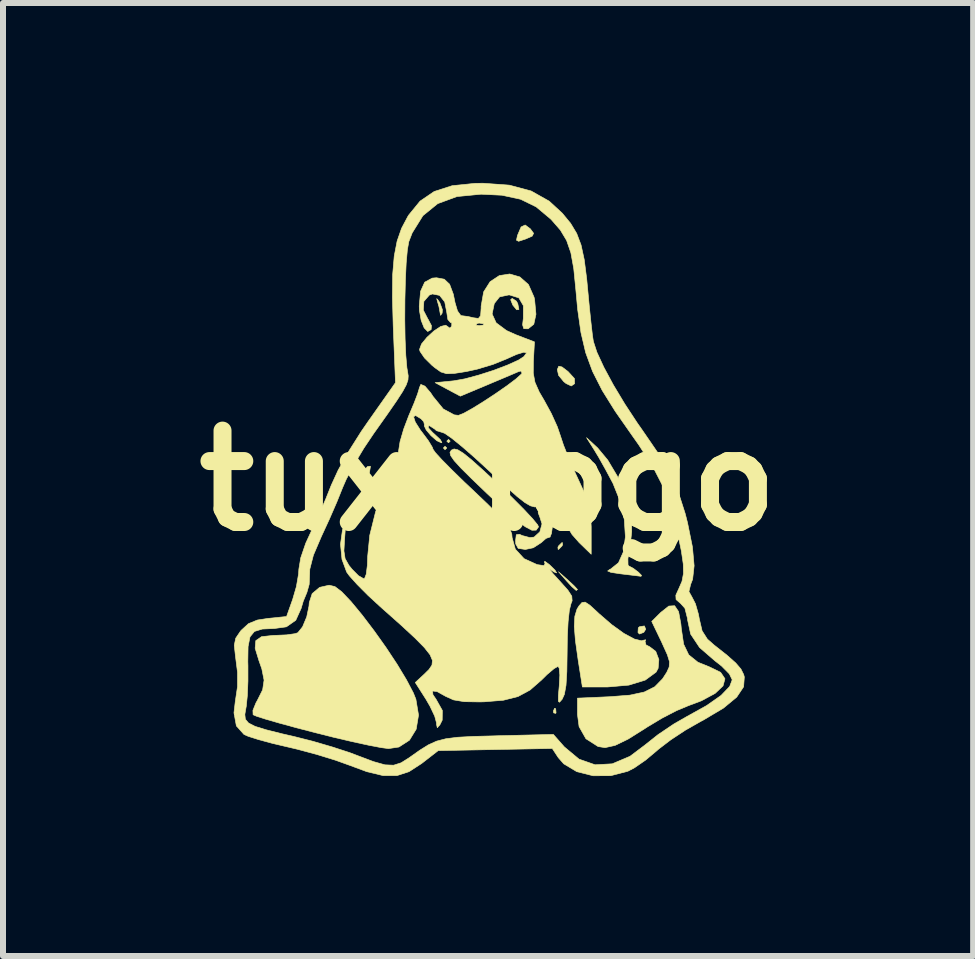
<source format=kicad_pcb>
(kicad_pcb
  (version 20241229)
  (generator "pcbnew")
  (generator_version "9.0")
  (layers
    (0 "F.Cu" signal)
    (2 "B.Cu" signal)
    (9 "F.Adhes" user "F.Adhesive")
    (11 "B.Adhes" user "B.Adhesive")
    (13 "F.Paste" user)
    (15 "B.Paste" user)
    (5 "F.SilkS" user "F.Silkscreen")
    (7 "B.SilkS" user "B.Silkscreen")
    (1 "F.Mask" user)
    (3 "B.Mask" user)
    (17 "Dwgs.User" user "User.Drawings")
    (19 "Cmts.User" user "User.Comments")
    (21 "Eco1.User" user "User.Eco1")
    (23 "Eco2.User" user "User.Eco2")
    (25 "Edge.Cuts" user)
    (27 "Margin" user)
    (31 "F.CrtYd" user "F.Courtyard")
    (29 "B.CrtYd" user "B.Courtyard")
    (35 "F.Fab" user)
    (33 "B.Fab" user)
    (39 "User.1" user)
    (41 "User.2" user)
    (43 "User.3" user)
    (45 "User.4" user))
  (footprint "tux_logo"
    (layer "F.Cu")
    (at 5.087 4.964)
    (property "Reference" "tux_logo" (at 0 0 0) (layer "F.SilkS") (effects (font (size 1.524 1.524) (thickness 0.3))))
    (attr through_hole)
    (fp_poly (pts (xy -0.688 -0.545) (xy -0.717 -0.516) (xy -0.745 -0.545) (xy -0.717 -0.573) (xy -0.688 -0.545)) (stroke (width 0.01) (type solid)) (fill yes) (layer "F.SilkS"))
    (fp_poly (pts (xy -0.631 -0.659) (xy -0.659 -0.631) (xy -0.688 -0.659) (xy -0.659 -0.688) (xy -0.631 -0.659)) (stroke (width 0.01) (type solid)) (fill yes) (layer "F.SilkS"))
    (fp_poly (pts (xy 1.128 3.803) (xy 1.134 3.871) (xy 1.128 3.88) (xy 1.094 3.872) (xy 1.089 3.842) (xy 1.11 3.794) (xy 1.128 3.803)) (stroke (width 0.01) (type solid)) (fill yes) (layer "F.SilkS"))
    (fp_poly (pts (xy 0.473 -2.993) (xy 0.496 -2.95) (xy 0.515 -2.854) (xy 0.477 -2.849) (xy 0.413 -2.927) (xy 0.377 -3.017) (xy 0.403 -3.039) (xy 0.473 -2.993)) (stroke (width 0.01) (type solid)) (fill yes) (layer "F.SilkS"))
    (fp_poly (pts (xy 2.629 2.477) (xy 2.597 2.529) (xy 2.525 2.557) (xy 2.5 2.532) (xy 2.505 2.454) (xy 2.526 2.435) (xy 2.607 2.422) (xy 2.629 2.477)) (stroke (width 0.01) (type solid)) (fill yes) (layer "F.SilkS"))
    (fp_poly (pts (xy 1.243 1.069) (xy 1.233 1.089) (xy 1.179 1.144) (xy 1.169 1.147) (xy 1.165 1.11) (xy 1.175 1.089) (xy 1.229 1.035) (xy 1.239 1.032) (xy 1.243 1.069)) (stroke (width 0.01) (type solid)) (fill yes) (layer "F.SilkS"))
    (fp_poly (pts (xy 1.333 1.658) (xy 1.436 1.754) (xy 1.489 1.812) (xy 1.491 1.816) (xy 1.47 1.831) (xy 1.399 1.769) (xy 1.314 1.677) (xy 1.175 1.519) (xy 1.333 1.658)) (stroke (width 0.01) (type solid)) (fill yes) (layer "F.SilkS"))
    (fp_poly (pts (xy -1.961 -0.235) (xy -1.977 -0.138) (xy -2.049 -0.04) (xy -2.13 0) (xy -2.138 -0.041) (xy -2.09 -0.139) (xy -2.082 -0.151) (xy -2.01 -0.235) (xy -1.963 -0.241) (xy -1.961 -0.235)) (stroke (width 0.01) (type solid)) (fill yes) (layer "F.SilkS"))
    (fp_poly (pts (xy -0.832 -3.009) (xy -0.803 -2.965) (xy -0.761 -2.851) (xy -0.765 -2.793) (xy -0.791 -2.756) (xy -0.798 -2.79) (xy -0.818 -2.9) (xy -0.836 -2.962) (xy -0.856 -3.035) (xy -0.832 -3.009)) (stroke (width 0.01) (type solid)) (fill yes) (layer "F.SilkS"))
    (fp_poly (pts (xy 0.705 -4.199) (xy 0.76 -4.124) (xy 0.736 -4.077) (xy 0.626 -4.029) (xy 0.51 -3.991) (xy 0.474 -4.009) (xy 0.491 -4.089) (xy 0.551 -4.23) (xy 0.619 -4.263) (xy 0.705 -4.199)) (stroke (width 0.01) (type solid)) (fill yes) (layer "F.SilkS"))
    (fp_poly (pts (xy 1.233 -1.896) (xy 1.333 -1.82) (xy 1.441 -1.702) (xy 1.443 -1.617) (xy 1.388 -1.579) (xy 1.301 -1.62) (xy 1.264 -1.649) (xy 1.176 -1.756) (xy 1.155 -1.852) (xy 1.179 -1.908) (xy 1.233 -1.896)) (stroke (width 0.01) (type solid)) (fill yes) (layer "F.SilkS"))
    (fp_poly (pts (xy 1.068 0.557) (xy 1.077 0.732) (xy 1.076 0.744) (xy 1.058 0.878) (xy 1.033 0.942) (xy 1.025 0.942) (xy 0.966 0.963) (xy 0.887 1.033) (xy 0.754 1.119) (xy 0.622 1.147) (xy 0.503 1.129) (xy 0.462 1.056) (xy 0.459 1.001) (xy 0.471 0.901) (xy 0.524 0.894) (xy 0.569 0.915) (xy 0.697 0.949) (xy 0.768 0.941) (xy 0.864 0.853) (xy 0.9 0.721) (xy 0.863 0.606) (xy 0.835 0.533) (xy 0.892 0.494) (xy 1.008 0.481) (xy 1.068 0.557)) (stroke (width 0.01) (type solid)) (fill yes) (layer "F.SilkS"))
    (fp_poly (pts (xy -0.505 -0.515) (xy -0.414 -0.459) (xy -0.28 -0.351) (xy -0.09 -0.181) (xy 0.169 0.059) (xy 0.172 0.062) (xy 0.401 0.281) (xy 0.596 0.477) (xy 0.742 0.633) (xy 0.827 0.737) (xy 0.842 0.77) (xy 0.803 0.825) (xy 0.732 0.827) (xy 0.62 0.768) (xy 0.456 0.644) (xy 0.233 0.447) (xy -0.02 0.211) (xy -0.273 -0.032) (xy -0.451 -0.209) (xy -0.564 -0.333) (xy -0.622 -0.416) (xy -0.635 -0.47) (xy -0.613 -0.507) (xy -0.609 -0.51) (xy -0.566 -0.529) (xy -0.505 -0.515)) (stroke (width 0.01) (type solid)) (fill yes) (layer "F.SilkS"))
    (fp_poly (pts (xy 1.699 2.078) (xy 1.833 2.201) (xy 1.845 2.213) (xy 2.06 2.399) (xy 2.264 2.546) (xy 2.438 2.64) (xy 2.56 2.67) (xy 2.588 2.661) (xy 2.629 2.653) (xy 2.618 2.679) (xy 2.634 2.739) (xy 2.693 2.768) (xy 2.796 2.846) (xy 2.848 2.983) (xy 2.836 3.129) (xy 2.802 3.192) (xy 2.621 3.325) (xy 2.347 3.409) (xy 1.99 3.44) (xy 1.964 3.44) (xy 1.573 3.44) (xy 1.503 2.995) (xy 1.457 2.667) (xy 1.438 2.429) (xy 1.447 2.261) (xy 1.483 2.142) (xy 1.516 2.089) (xy 1.566 2.032) (xy 1.619 2.025) (xy 1.699 2.078)) (stroke (width 0.01) (type solid)) (fill yes) (layer "F.SilkS"))
    (fp_poly (pts (xy 1.828 -0.545) (xy 1.996 -0.343) (xy 2.158 -0.071) (xy 2.292 0.229) (xy 2.377 0.512) (xy 2.393 0.618) (xy 2.395 0.852) (xy 2.369 1.094) (xy 2.358 1.147) (xy 2.332 1.302) (xy 2.334 1.403) (xy 2.345 1.421) (xy 2.425 1.464) (xy 2.507 1.526) (xy 2.559 1.579) (xy 2.551 1.595) (xy 2.465 1.584) (xy 2.308 1.565) (xy 2.207 1.553) (xy 2.049 1.529) (xy 1.994 1.506) (xy 2.031 1.479) (xy 2.044 1.474) (xy 2.175 1.369) (xy 2.258 1.183) (xy 2.29 0.936) (xy 2.272 0.65) (xy 2.204 0.347) (xy 2.084 0.047) (xy 2.074 0.028) (xy 1.959 -0.187) (xy 1.844 -0.392) (xy 1.769 -0.516) (xy 1.642 -0.717) (xy 1.828 -0.545)) (stroke (width 0.01) (type solid)) (fill yes) (layer "F.SilkS"))
    (fp_poly (pts (xy 3.177 2.183) (xy 3.215 2.388) (xy 3.222 2.463) (xy 3.261 2.726) (xy 3.346 2.904) (xy 3.499 3.027) (xy 3.698 3.108) (xy 3.878 3.196) (xy 3.95 3.303) (xy 3.918 3.422) (xy 3.786 3.547) (xy 3.558 3.67) (xy 3.337 3.753) (xy 3.141 3.835) (xy 2.9 3.96) (xy 2.66 4.104) (xy 2.62 4.13) (xy 2.335 4.309) (xy 2.118 4.414) (xy 1.951 4.451) (xy 1.835 4.433) (xy 1.632 4.303) (xy 1.518 4.101) (xy 1.491 3.896) (xy 1.491 3.626) (xy 2.035 3.602) (xy 2.365 3.576) (xy 2.605 3.524) (xy 2.779 3.437) (xy 2.91 3.303) (xy 2.98 3.195) (xy 3.02 3.107) (xy 3.026 3.02) (xy 2.99 2.903) (xy 2.907 2.72) (xy 2.897 2.697) (xy 2.729 2.347) (xy 2.879 2.198) (xy 3.014 2.091) (xy 3.111 2.085) (xy 3.177 2.183)) (stroke (width 0.01) (type solid)) (fill yes) (layer "F.SilkS"))
    (fp_poly (pts (xy -2.553 1.766) (xy -2.44 1.852) (xy -2.284 2.016) (xy -2.099 2.24) (xy -1.9 2.502) (xy -1.7 2.783) (xy -1.515 3.063) (xy -1.359 3.322) (xy -1.245 3.539) (xy -1.203 3.644) (xy -1.159 3.909) (xy -1.198 4.144) (xy -1.311 4.328) (xy -1.486 4.441) (xy -1.659 4.467) (xy -1.781 4.451) (xy -1.99 4.411) (xy -2.266 4.351) (xy -2.585 4.276) (xy -2.867 4.205) (xy -3.191 4.121) (xy -3.477 4.043) (xy -3.706 3.977) (xy -3.859 3.928) (xy -3.917 3.903) (xy -3.92 3.83) (xy -3.869 3.704) (xy -3.846 3.663) (xy -3.758 3.487) (xy -3.734 3.326) (xy -3.772 3.136) (xy -3.82 3) (xy -3.883 2.794) (xy -3.872 2.667) (xy -3.776 2.601) (xy -3.583 2.58) (xy -3.542 2.579) (xy -3.358 2.571) (xy -3.217 2.551) (xy -3.171 2.535) (xy -3.092 2.436) (xy -3.023 2.271) (xy -2.985 2.09) (xy -2.981 2.033) (xy -2.932 1.883) (xy -2.808 1.779) (xy -2.65 1.743) (xy -2.553 1.766)) (stroke (width 0.01) (type solid)) (fill yes) (layer "F.SilkS"))
    (fp_poly (pts (xy 0.356 -4.927) (xy 0.718 -4.83) (xy 1.02 -4.66) (xy 1.238 -4.459) (xy 1.377 -4.29) (xy 1.478 -4.122) (xy 1.551 -3.929) (xy 1.604 -3.684) (xy 1.645 -3.363) (xy 1.663 -3.173) (xy 1.69 -2.888) (xy 1.717 -2.63) (xy 1.74 -2.429) (xy 1.756 -2.322) (xy 1.815 -2.141) (xy 1.93 -1.892) (xy 2.089 -1.597) (xy 2.28 -1.279) (xy 2.489 -0.961) (xy 2.574 -0.84) (xy 2.836 -0.458) (xy 3.031 -0.122) (xy 3.176 0.203) (xy 3.287 0.549) (xy 3.326 0.702) (xy 3.408 1.107) (xy 3.436 1.419) (xy 3.411 1.644) (xy 3.378 1.729) (xy 3.349 1.849) (xy 3.4 1.94) (xy 3.458 2.053) (xy 3.508 2.227) (xy 3.523 2.308) (xy 3.569 2.504) (xy 3.657 2.642) (xy 3.766 2.738) (xy 3.986 2.912) (xy 4.13 3.04) (xy 4.216 3.14) (xy 4.262 3.232) (xy 4.273 3.273) (xy 4.261 3.437) (xy 4.146 3.609) (xy 3.925 3.792) (xy 3.594 3.989) (xy 3.543 4.016) (xy 3.292 4.159) (xy 3.045 4.322) (xy 2.846 4.474) (xy 2.806 4.509) (xy 2.627 4.659) (xy 2.443 4.786) (xy 2.333 4.844) (xy 2.046 4.919) (xy 1.751 4.92) (xy 1.48 4.852) (xy 1.262 4.721) (xy 1.171 4.617) (xy 1.071 4.465) (xy 0.12 4.483) (xy -0.831 4.501) (xy -1.108 4.716) (xy -1.316 4.851) (xy -1.52 4.918) (xy -1.747 4.918) (xy -2.021 4.852) (xy -2.293 4.751) (xy -2.543 4.661) (xy -2.855 4.565) (xy -3.179 4.478) (xy -3.336 4.441) (xy -3.599 4.379) (xy -3.83 4.316) (xy -4 4.262) (xy -4.069 4.231) (xy -4.196 4.089) (xy -4.231 3.898) (xy -4.055 3.898) (xy -4.046 3.978) (xy -3.993 4.041) (xy -3.883 4.097) (xy -3.698 4.154) (xy -3.426 4.222) (xy -3.234 4.266) (xy -2.922 4.345) (xy -2.597 4.44) (xy -2.308 4.534) (xy -2.179 4.583) (xy -1.911 4.684) (xy -1.719 4.738) (xy -1.574 4.744) (xy -1.449 4.704) (xy -1.314 4.619) (xy -1.313 4.618) (xy -1.139 4.495) (xy -0.995 4.405) (xy -0.858 4.343) (xy -0.703 4.303) (xy -0.507 4.278) (xy -0.246 4.264) (xy 0.102 4.255) (xy 0.157 4.253) (xy 1.089 4.231) (xy 1.272 4.439) (xy 1.517 4.643) (xy 1.785 4.737) (xy 2.071 4.721) (xy 2.368 4.595) (xy 2.616 4.408) (xy 2.835 4.234) (xy 3.098 4.057) (xy 3.316 3.932) (xy 3.644 3.75) (xy 3.885 3.581) (xy 4.029 3.431) (xy 4.071 3.32) (xy 4.023 3.221) (xy 3.893 3.09) (xy 3.782 3.003) (xy 3.527 2.782) (xy 3.378 2.558) (xy 3.326 2.317) (xy 3.326 2.3) (xy 3.282 2.127) (xy 3.21 2.047) (xy 3.135 1.982) (xy 3.131 1.91) (xy 3.181 1.8) (xy 3.234 1.678) (xy 3.258 1.55) (xy 3.255 1.39) (xy 3.223 1.172) (xy 3.16 0.871) (xy 3.155 0.849) (xy 3.053 0.457) (xy 2.924 0.11) (xy 2.75 -0.228) (xy 2.515 -0.594) (xy 2.405 -0.75) (xy 2.121 -1.156) (xy 1.904 -1.504) (xy 1.743 -1.821) (xy 1.628 -2.134) (xy 1.549 -2.47) (xy 1.494 -2.856) (xy 1.464 -3.182) (xy 1.429 -3.535) (xy 1.381 -3.8) (xy 1.31 -4.005) (xy 1.206 -4.178) (xy 1.061 -4.345) (xy 1.04 -4.366) (xy 0.802 -4.565) (xy 0.542 -4.692) (xy 0.232 -4.759) (xy -0.116 -4.776) (xy -0.518 -4.737) (xy -0.839 -4.619) (xy -1.086 -4.418) (xy -1.265 -4.13) (xy -1.321 -3.985) (xy -1.345 -3.849) (xy -1.365 -3.625) (xy -1.378 -3.338) (xy -1.386 -3.016) (xy -1.388 -2.682) (xy -1.383 -2.365) (xy -1.371 -2.09) (xy -1.353 -1.882) (xy -1.342 -1.818) (xy -1.331 -1.748) (xy -1.335 -1.68) (xy -1.363 -1.598) (xy -1.423 -1.487) (xy -1.524 -1.331) (xy -1.674 -1.114) (xy -1.882 -0.82) (xy -1.895 -0.803) (xy -2.07 -0.542) (xy -2.233 -0.27) (xy -2.364 -0.023) (xy -2.424 0.115) (xy -2.521 0.356) (xy -2.645 0.641) (xy -2.769 0.91) (xy -2.778 0.929) (xy -2.912 1.243) (xy -2.972 1.476) (xy -2.975 1.56) (xy -2.982 1.729) (xy -3.02 1.863) (xy -3.081 2.01) (xy -3.117 2.132) (xy -3.206 2.328) (xy -3.362 2.437) (xy -3.563 2.465) (xy -3.764 2.474) (xy -3.895 2.514) (xy -3.969 2.605) (xy -4.001 2.767) (xy -4.005 3.018) (xy -4.003 3.085) (xy -4.003 3.342) (xy -4.013 3.582) (xy -4.031 3.761) (xy -4.037 3.793) (xy -4.055 3.898) (xy -4.231 3.898) (xy -4.236 3.871) (xy -4.214 3.681) (xy -4.177 3.433) (xy -4.177 3.196) (xy -4.212 2.92) (xy -4.231 2.745) (xy -4.207 2.627) (xy -4.128 2.51) (xy -4.113 2.493) (xy -3.994 2.384) (xy -3.847 2.324) (xy -3.665 2.296) (xy -3.359 2.265) (xy -3.257 1.978) (xy -3.195 1.765) (xy -3.159 1.554) (xy -3.154 1.475) (xy -3.123 1.287) (xy -3.039 1.042) (xy -2.961 0.873) (xy -2.837 0.607) (xy -2.706 0.306) (xy -2.614 0.076) (xy -2.499 -0.175) (xy -2.327 -0.483) (xy -2.114 -0.82) (xy -2.001 -0.984) (xy -1.543 -1.634) (xy -1.581 -2.581) (xy -1.594 -3.057) (xy -1.59 -3.439) (xy -1.564 -3.745) (xy -1.516 -3.994) (xy -1.442 -4.207) (xy -1.339 -4.402) (xy -1.323 -4.428) (xy -1.133 -4.661) (xy -0.898 -4.821) (xy -0.598 -4.918) (xy -0.217 -4.957) (xy -0.086 -4.959) (xy 0.356 -4.927)) (stroke (width 0.01) (type solid)) (fill yes) (layer "F.SilkS"))
    (fp_poly (pts (xy 0.53 -3.397) (xy 0.674 -3.27) (xy 0.767 -3.06) (xy 0.776 -3.021) (xy 0.799 -2.774) (xy 0.763 -2.608) (xy 0.67 -2.533) (xy 0.666 -2.532) (xy 0.596 -2.534) (xy 0.576 -2.598) (xy 0.588 -2.704) (xy 0.589 -2.918) (xy 0.513 -3.048) (xy 0.36 -3.096) (xy 0.341 -3.096) (xy 0.192 -3.064) (xy 0.104 -2.953) (xy 0.068 -2.779) (xy 0.135 -2.632) (xy 0.308 -2.503) (xy 0.464 -2.433) (xy 0.774 -2.314) (xy 0.756 -1.988) (xy 0.754 -1.793) (xy 0.782 -1.641) (xy 0.853 -1.48) (xy 0.939 -1.333) (xy 1.056 -1.118) (xy 1.155 -0.899) (xy 1.203 -0.759) (xy 1.258 -0.593) (xy 1.348 -0.367) (xy 1.458 -0.12) (xy 1.493 -0.045) (xy 1.607 0.202) (xy 1.675 0.391) (xy 1.709 0.566) (xy 1.72 0.768) (xy 1.72 0.825) (xy 1.72 1.227) (xy 1.519 1.032) (xy 1.401 0.898) (xy 1.329 0.779) (xy 1.319 0.738) (xy 1.268 0.611) (xy 1.143 0.501) (xy 0.983 0.435) (xy 0.849 0.432) (xy 0.781 0.439) (xy 0.708 0.42) (xy 0.615 0.366) (xy 0.487 0.266) (xy 0.309 0.108) (xy 0.067 -0.117) (xy 0.014 -0.167) (xy -0.22 -0.382) (xy -0.431 -0.566) (xy -0.603 -0.706) (xy -0.719 -0.787) (xy -0.756 -0.802) (xy -0.86 -0.833) (xy -0.889 -0.86) (xy -0.972 -0.914) (xy -0.992 -0.915) (xy -0.997 -0.883) (xy -0.927 -0.806) (xy -0.889 -0.772) (xy -0.795 -0.684) (xy -0.769 -0.635) (xy -0.778 -0.631) (xy -0.854 -0.666) (xy -0.949 -0.749) (xy -1.03 -0.844) (xy -1.064 -0.915) (xy -1.06 -0.928) (xy -1.072 -0.983) (xy -1.118 -1.032) (xy -1.21 -1.088) (xy -1.241 -1.064) (xy -1.213 -0.977) (xy -1.128 -0.843) (xy -1.099 -0.806) (xy -0.994 -0.665) (xy -0.929 -0.557) (xy -0.917 -0.523) (xy -0.878 -0.467) (xy -0.768 -0.347) (xy -0.602 -0.179) (xy -0.395 0.023) (xy -0.258 0.152) (xy -0.004 0.394) (xy 0.177 0.574) (xy 0.296 0.707) (xy 0.365 0.807) (xy 0.396 0.89) (xy 0.401 0.949) (xy 0.455 1.142) (xy 0.6 1.3) (xy 0.815 1.398) (xy 0.822 1.4) (xy 0.932 1.416) (xy 0.951 1.385) (xy 0.941 1.364) (xy 0.945 1.343) (xy 1.014 1.393) (xy 1.022 1.399) (xy 1.117 1.492) (xy 1.144 1.538) (xy 1.098 1.522) (xy 1.046 1.486) (xy 1.03 1.484) (xy 1.082 1.549) (xy 1.191 1.669) (xy 1.195 1.673) (xy 1.331 1.825) (xy 1.396 1.925) (xy 1.402 2.003) (xy 1.382 2.054) (xy 1.356 2.159) (xy 1.335 2.352) (xy 1.322 2.608) (xy 1.319 2.852) (xy 1.314 3.181) (xy 1.3 3.412) (xy 1.273 3.562) (xy 1.236 3.644) (xy 1.191 3.695) (xy 1.172 3.678) (xy 1.173 3.578) (xy 1.187 3.426) (xy 1.197 3.241) (xy 1.186 3.124) (xy 1.166 3.096) (xy 1.1 3.134) (xy 0.984 3.232) (xy 0.89 3.325) (xy 0.7 3.491) (xy 0.5 3.599) (xy 0.256 3.661) (xy -0.063 3.687) (xy -0.135 3.689) (xy -0.396 3.685) (xy -0.576 3.655) (xy -0.703 3.598) (xy -0.851 3.516) (xy -0.925 3.507) (xy -0.919 3.568) (xy -0.864 3.649) (xy -0.762 3.831) (xy -0.764 3.993) (xy -0.803 4.071) (xy -0.846 4.119) (xy -0.859 4.063) (xy -0.859 4.039) (xy -0.889 3.927) (xy -0.966 3.764) (xy -1.036 3.643) (xy -1.213 3.365) (xy -1.065 3.228) (xy -0.984 3.148) (xy -0.935 3.075) (xy -0.927 2.997) (xy -0.966 2.904) (xy -1.061 2.783) (xy -1.219 2.623) (xy -1.446 2.413) (xy -1.752 2.141) (xy -1.801 2.097) (xy -2.003 1.911) (xy -2.181 1.732) (xy -2.312 1.586) (xy -2.357 1.524) (xy -2.435 1.313) (xy -2.46 1.059) (xy -2.427 0.822) (xy -2.41 0.774) (xy -2.387 0.754) (xy -2.382 0.838) (xy -2.392 0.977) (xy -2.403 1.171) (xy -2.383 1.3) (xy -2.319 1.413) (xy -2.266 1.478) (xy -2.16 1.585) (xy -2.077 1.633) (xy -2.059 1.631) (xy -2.031 1.56) (xy -2.012 1.411) (xy -2.007 1.264) (xy -1.972 0.91) (xy -1.875 0.52) (xy -1.733 0.143) (xy -1.635 -0.049) (xy -1.548 -0.24) (xy -1.497 -0.432) (xy -1.491 -0.498) (xy -1.467 -0.651) (xy -1.406 -0.861) (xy -1.321 -1.085) (xy -1.319 -1.089) (xy -1.235 -1.288) (xy -1.174 -1.448) (xy -1.147 -1.538) (xy -1.147 -1.543) (xy -1.121 -1.605) (xy -1.052 -1.576) (xy -0.957 -1.465) (xy -0.917 -1.404) (xy -0.746 -1.195) (xy -0.563 -1.097) (xy -0.493 -1.089) (xy -0.411 -1.121) (xy -0.263 -1.203) (xy -0.075 -1.319) (xy 0.126 -1.451) (xy 0.316 -1.583) (xy 0.467 -1.697) (xy 0.556 -1.777) (xy 0.567 -1.794) (xy 0.547 -1.828) (xy 0.51 -1.819) (xy 0.422 -1.781) (xy 0.259 -1.712) (xy 0.052 -1.625) (xy -0.016 -1.596) (xy -0.462 -1.409) (xy -0.672 -1.521) (xy -0.882 -1.634) (xy -0.57 -1.665) (xy -0.385 -1.698) (xy -0.152 -1.761) (xy 0.097 -1.841) (xy 0.328 -1.929) (xy 0.509 -2.011) (xy 0.598 -2.069) (xy 0.642 -2.131) (xy 0.597 -2.142) (xy 0.475 -2.105) (xy 0.306 -2.029) (xy 0.082 -1.938) (xy -0.185 -1.858) (xy -0.36 -1.82) (xy -0.563 -1.788) (xy -0.691 -1.783) (xy -0.786 -1.812) (xy -0.886 -1.883) (xy -0.936 -1.924) (xy -1.059 -2.046) (xy -1.133 -2.154) (xy -1.143 -2.187) (xy -1.109 -2.279) (xy -1.019 -2.389) (xy -0.903 -2.495) (xy -0.789 -2.571) (xy -0.706 -2.592) (xy -0.687 -2.579) (xy -0.636 -2.543) (xy -0.606 -2.574) (xy -0.605 -2.594) (xy -0.204 -2.594) (xy -0.148 -2.585) (xy -0.074 -2.595) (xy -0.073 -2.615) (xy -0.15 -2.628) (xy -0.183 -2.619) (xy -0.204 -2.594) (xy -0.605 -2.594) (xy -0.605 -2.631) (xy -0.627 -2.637) (xy -0.67 -2.687) (xy -0.688 -2.805) (xy -0.722 -2.98) (xy -0.808 -3.089) (xy -0.927 -3.113) (xy -0.979 -3.094) (xy -1.07 -2.989) (xy -1.079 -2.843) (xy -1.002 -2.694) (xy -0.998 -2.689) (xy -0.943 -2.584) (xy -0.949 -2.518) (xy -1.006 -2.487) (xy -1.065 -2.547) (xy -1.115 -2.672) (xy -1.144 -2.839) (xy -1.147 -2.91) (xy -1.125 -3.157) (xy -1.056 -3.309) (xy -0.931 -3.377) (xy -0.86 -3.383) (xy -0.73 -3.359) (xy -0.641 -3.275) (xy -0.579 -3.109) (xy -0.55 -2.967) (xy -0.509 -2.829) (xy -0.455 -2.755) (xy -0.442 -2.751) (xy -0.334 -2.737) (xy -0.244 -2.716) (xy -0.161 -2.705) (xy -0.124 -2.75) (xy -0.115 -2.877) (xy -0.115 -2.91) (xy -0.073 -3.148) (xy 0.035 -3.318) (xy 0.188 -3.419) (xy 0.361 -3.446) (xy 0.53 -3.397)) (stroke (width 0.01) (type solid)) (fill yes) (layer "F.SilkS")))
  (gr_rect
    (start -3 -3)
    (end 13.175 12.889)
    (stroke (width 0.1) (type default))
    (fill no)
    (layer "Edge.Cuts")))
</source>
